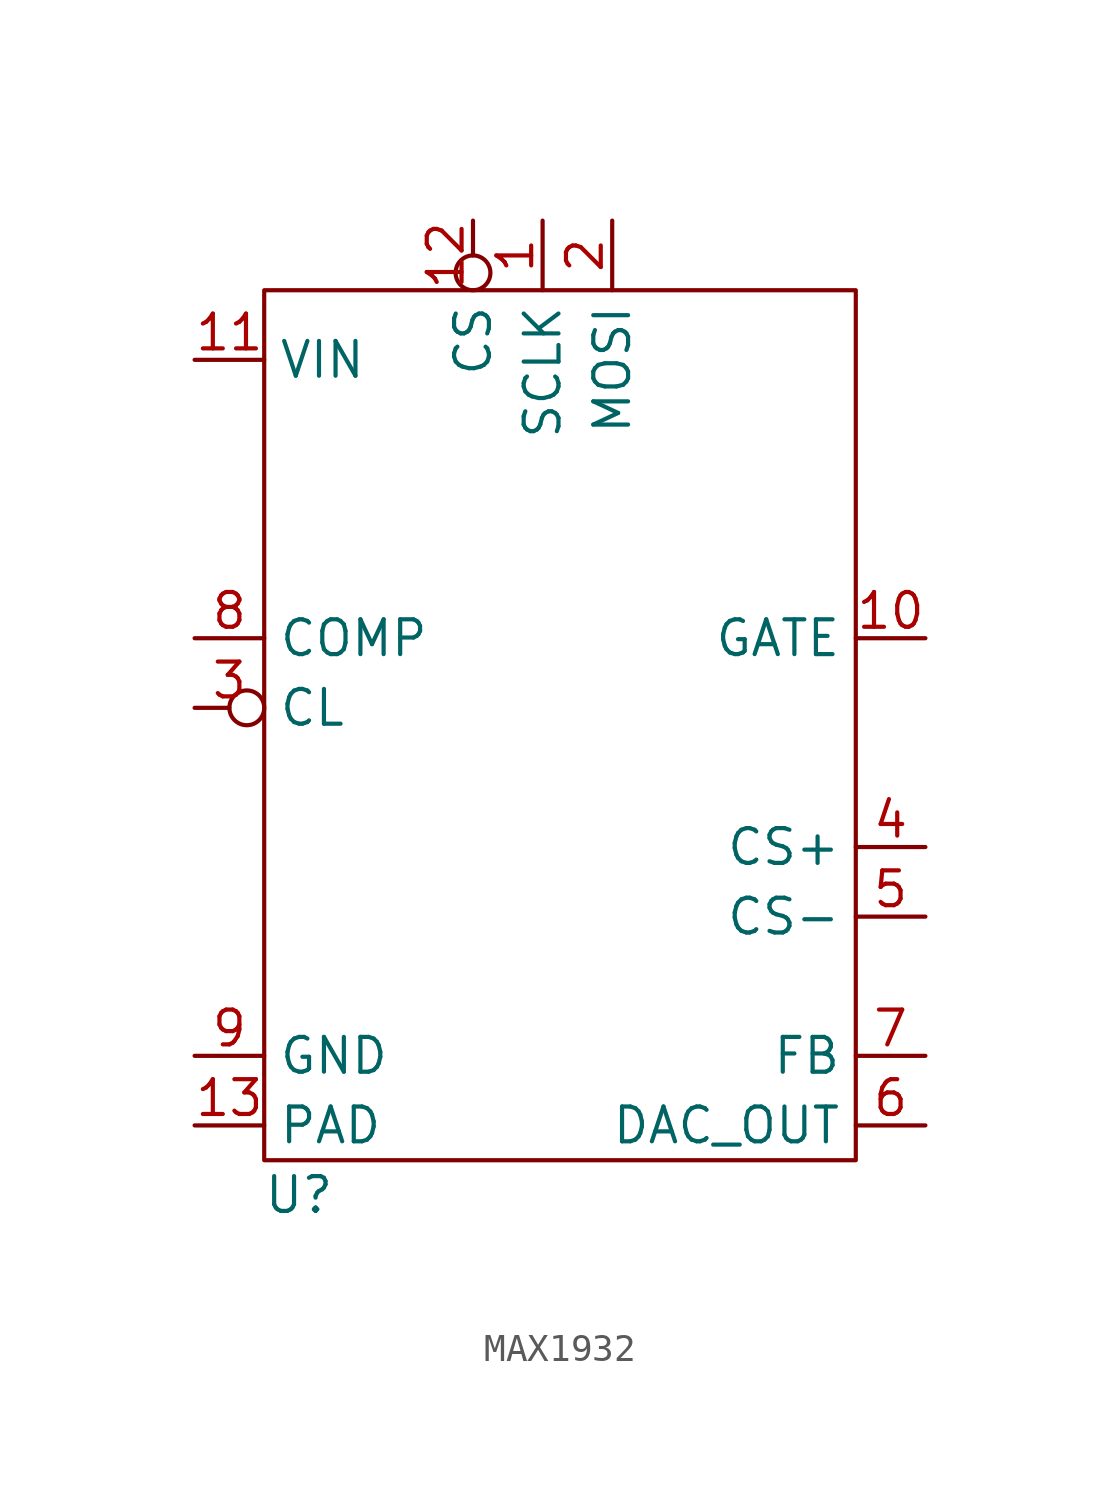
<source format=kicad_sym>
(kicad_symbol_lib
  (version 20220914)
  (generator kicad_symbol_editor)
  (symbol "MAX1932"
    (property "Reference" "U"
      (at -8.89 -11.43 0)
      (effects (font (size 1.27 1.27))))
    (property "Value" ""
      (at 0 0 0)
      (effects (font (size 1.27 1.27))))
    (symbol "MAX1932_0_1"
      (rectangle (start -10.16 21.59) (end 11.43 -10.16) (stroke (width 0) (type default)) (fill (type none))))
    (symbol "MAX1932_1_1"
      (pin input line (at 0 24.13 270) (length 2.54) (name "SCLK" (effects (font (size 1.27 1.27)))) (number "1" (effects (font (size 1.27 1.27)))))
      (pin input line (at 13.97 8.89 180) (length 2.54) (name "GATE" (effects (font (size 1.27 1.27)))) (number "10" (effects (font (size 1.27 1.27)))))
      (pin input line (at -12.7 19.05 0) (length 2.54) (name "VIN" (effects (font (size 1.27 1.27)))) (number "11" (effects (font (size 1.27 1.27)))))
      (pin input inverted (at -2.54 24.13 270) (length 2.54) (name "CS" (effects (font (size 1.27 1.27)))) (number "12" (effects (font (size 1.27 1.27)))))
      (pin input line (at -12.7 -8.89 0) (length 2.54) (name "PAD" (effects (font (size 1.27 1.27)))) (number "13" (effects (font (size 1.27 1.27)))))
      (pin input line (at 2.54 24.13 270) (length 2.54) (name "MOSI" (effects (font (size 1.27 1.27)))) (number "2" (effects (font (size 1.27 1.27)))))
      (pin input inverted (at -12.7 6.35 0) (length 2.54) (name "CL" (effects (font (size 1.27 1.27)))) (number "3" (effects (font (size 1.27 1.27)))))
      (pin input line (at 13.97 1.27 180) (length 2.54) (name "CS+" (effects (font (size 1.27 1.27)))) (number "4" (effects (font (size 1.27 1.27)))))
      (pin input line (at 13.97 -1.27 180) (length 2.54) (name "CS-" (effects (font (size 1.27 1.27)))) (number "5" (effects (font (size 1.27 1.27)))))
      (pin input line (at 13.97 -8.89 180) (length 2.54) (name "DAC_OUT" (effects (font (size 1.27 1.27)))) (number "6" (effects (font (size 1.27 1.27)))))
      (pin input line (at 13.97 -6.35 180) (length 2.54) (name "FB" (effects (font (size 1.27 1.27)))) (number "7" (effects (font (size 1.27 1.27)))))
      (pin input line (at -12.7 8.89 0) (length 2.54) (name "COMP" (effects (font (size 1.27 1.27)))) (number "8" (effects (font (size 1.27 1.27)))))
      (pin input line (at -12.7 -6.35 0) (length 2.54) (name "GND" (effects (font (size 1.27 1.27)))) (number "9" (effects (font (size 1.27 1.27))))))))
</source>
